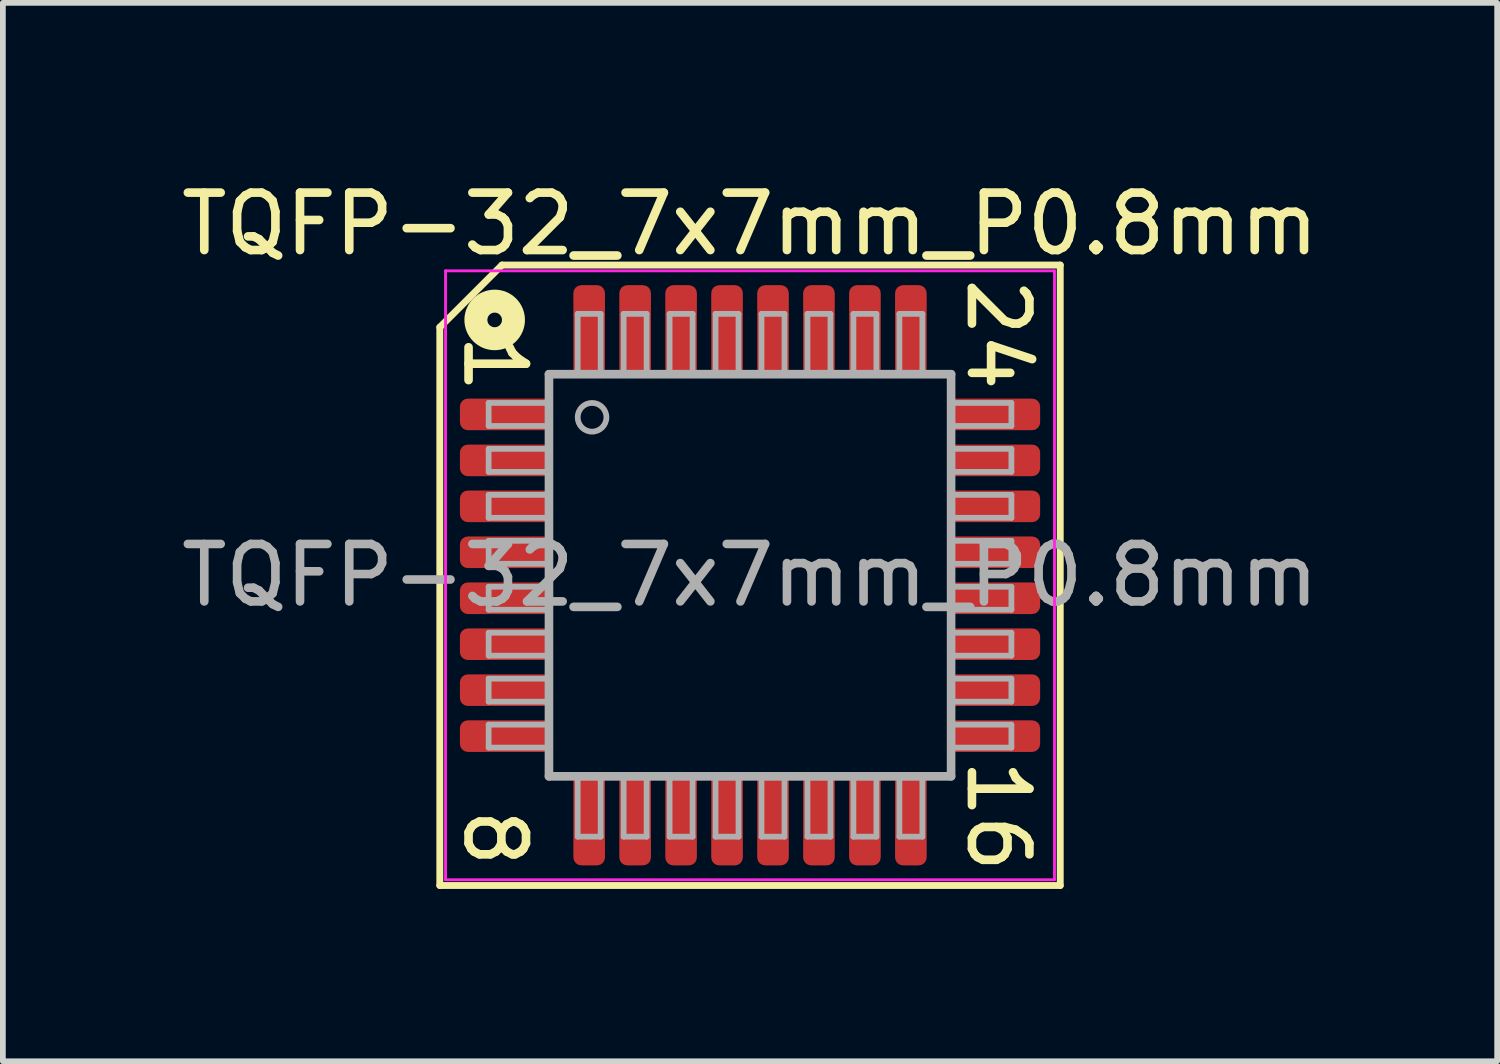
<source format=kicad_pcb>
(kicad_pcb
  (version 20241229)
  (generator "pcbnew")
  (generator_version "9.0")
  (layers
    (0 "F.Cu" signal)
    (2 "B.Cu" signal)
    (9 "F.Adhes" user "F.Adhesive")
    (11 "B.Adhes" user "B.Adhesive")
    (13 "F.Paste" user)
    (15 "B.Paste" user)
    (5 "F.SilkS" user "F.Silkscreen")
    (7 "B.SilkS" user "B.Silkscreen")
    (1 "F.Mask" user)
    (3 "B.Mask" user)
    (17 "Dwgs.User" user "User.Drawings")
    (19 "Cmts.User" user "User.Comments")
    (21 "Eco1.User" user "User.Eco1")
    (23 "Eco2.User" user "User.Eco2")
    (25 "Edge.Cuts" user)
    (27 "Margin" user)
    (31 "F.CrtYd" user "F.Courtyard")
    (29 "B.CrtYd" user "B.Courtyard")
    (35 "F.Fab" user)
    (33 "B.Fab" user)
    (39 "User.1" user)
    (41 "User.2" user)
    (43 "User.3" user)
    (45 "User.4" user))
  (footprint "TQFP-32_7x7mm_P0.8mm"
    (layer "F.Cu")
    (at 10.006 6.964)
    (property "Reference" "TQFP-32_7x7mm_P0.8mm" (at 0 -6.116 0) (layer "F.SilkS") (effects (font (size 1 1) (thickness 0.15))))
    (attr smd)
    (fp_line (start -5.4 -4.318) (end -5.4 5.4) (stroke (width 0.12) (type solid)) (layer "F.SilkS"))
    (fp_line (start -5.4 5.4) (end 5.4 5.4) (stroke (width 0.12) (type solid)) (layer "F.SilkS"))
    (fp_line (start -4.318 -5.4) (end -5.4 -4.318) (stroke (width 0.12) (type solid)) (layer "F.SilkS"))
    (fp_line (start 5.4 -5.4) (end -4.318 -5.4) (stroke (width 0.12) (type solid)) (layer "F.SilkS"))
    (fp_line (start 5.4 5.4) (end 5.4 -5.4) (stroke (width 0.12) (type solid)) (layer "F.SilkS"))
    (fp_circle (center -4.445 -4.445) (end -4.318 -4.445) (stroke (width 0.4) (type solid)) (fill no) (layer "F.SilkS"))
    (fp_line (start -5.3 -5.3) (end -5.3 5.3) (stroke (width 0.05) (type solid)) (layer "F.CrtYd"))
    (fp_line (start -5.3 -5.3) (end 5.3 -5.3) (stroke (width 0.05) (type solid)) (layer "F.CrtYd"))
    (fp_line (start -5.3 5.3) (end 5.3 5.3) (stroke (width 0.05) (type solid)) (layer "F.CrtYd"))
    (fp_line (start 5.3 -5.3) (end 5.3 5.3) (stroke (width 0.05) (type solid)) (layer "F.CrtYd"))
    (fp_line (start -4.55 -3) (end -4.55 -2.6) (stroke (width 0.1) (type solid)) (layer "F.Fab"))
    (fp_line (start -4.55 -3) (end -3.5 -3) (stroke (width 0.1) (type solid)) (layer "F.Fab"))
    (fp_line (start -4.55 -2.6) (end -3.5 -2.6) (stroke (width 0.1) (type solid)) (layer "F.Fab"))
    (fp_line (start -4.55 -2.2) (end -4.55 -1.8) (stroke (width 0.1) (type solid)) (layer "F.Fab"))
    (fp_line (start -4.55 -2.2) (end -3.5 -2.2) (stroke (width 0.1) (type solid)) (layer "F.Fab"))
    (fp_line (start -4.55 -1.8) (end -3.5 -1.8) (stroke (width 0.1) (type solid)) (layer "F.Fab"))
    (fp_line (start -4.55 -1.4) (end -4.55 -1) (stroke (width 0.1) (type solid)) (layer "F.Fab"))
    (fp_line (start -4.55 -1.4) (end -3.5 -1.4) (stroke (width 0.1) (type solid)) (layer "F.Fab"))
    (fp_line (start -4.55 -1) (end -3.5 -1) (stroke (width 0.1) (type solid)) (layer "F.Fab"))
    (fp_line (start -4.55 -0.6) (end -4.55 -0.2) (stroke (width 0.1) (type solid)) (layer "F.Fab"))
    (fp_line (start -4.55 -0.6) (end -3.5 -0.6) (stroke (width 0.1) (type solid)) (layer "F.Fab"))
    (fp_line (start -4.55 -0.2) (end -3.5 -0.2) (stroke (width 0.1) (type solid)) (layer "F.Fab"))
    (fp_line (start -4.55 0.2) (end -4.55 0.6) (stroke (width 0.1) (type solid)) (layer "F.Fab"))
    (fp_line (start -4.55 0.2) (end -3.5 0.2) (stroke (width 0.1) (type solid)) (layer "F.Fab"))
    (fp_line (start -4.55 0.6) (end -3.5 0.6) (stroke (width 0.1) (type solid)) (layer "F.Fab"))
    (fp_line (start -4.55 1) (end -4.55 1.4) (stroke (width 0.1) (type solid)) (layer "F.Fab"))
    (fp_line (start -4.55 1) (end -3.5 1) (stroke (width 0.1) (type solid)) (layer "F.Fab"))
    (fp_line (start -4.55 1.4) (end -3.5 1.4) (stroke (width 0.1) (type solid)) (layer "F.Fab"))
    (fp_line (start -4.55 1.8) (end -4.55 2.2) (stroke (width 0.1) (type solid)) (layer "F.Fab"))
    (fp_line (start -4.55 1.8) (end -3.5 1.8) (stroke (width 0.1) (type solid)) (layer "F.Fab"))
    (fp_line (start -4.55 2.2) (end -3.5 2.2) (stroke (width 0.1) (type solid)) (layer "F.Fab"))
    (fp_line (start -4.55 2.6) (end -4.55 3) (stroke (width 0.1) (type solid)) (layer "F.Fab"))
    (fp_line (start -4.55 2.6) (end -3.5 2.6) (stroke (width 0.1) (type solid)) (layer "F.Fab"))
    (fp_line (start -4.55 3) (end -3.5 3) (stroke (width 0.1) (type solid)) (layer "F.Fab"))
    (fp_line (start -3.5 -3.5) (end 3.5 -3.5) (stroke (width 0.15) (type solid)) (layer "F.Fab"))
    (fp_line (start -3.5 3.5) (end -3.5 -3.5) (stroke (width 0.15) (type solid)) (layer "F.Fab"))
    (fp_line (start -3 -4.55) (end -3 -3.5) (stroke (width 0.1) (type solid)) (layer "F.Fab"))
    (fp_line (start -3 4.55) (end -3 3.5) (stroke (width 0.1) (type solid)) (layer "F.Fab"))
    (fp_line (start -3 4.55) (end -2.6 4.55) (stroke (width 0.1) (type solid)) (layer "F.Fab"))
    (fp_line (start -2.6 -4.55) (end -3 -4.55) (stroke (width 0.1) (type solid)) (layer "F.Fab"))
    (fp_line (start -2.6 -4.55) (end -2.6 -3.5) (stroke (width 0.1) (type solid)) (layer "F.Fab"))
    (fp_line (start -2.6 4.55) (end -2.6 3.5) (stroke (width 0.1) (type solid)) (layer "F.Fab"))
    (fp_line (start -2.2 -4.55) (end -2.2 -3.5) (stroke (width 0.1) (type solid)) (layer "F.Fab"))
    (fp_line (start -2.2 4.55) (end -2.2 3.5) (stroke (width 0.1) (type solid)) (layer "F.Fab"))
    (fp_line (start -2.2 4.55) (end -1.8 4.55) (stroke (width 0.1) (type solid)) (layer "F.Fab"))
    (fp_line (start -1.8 -4.55) (end -2.2 -4.55) (stroke (width 0.1) (type solid)) (layer "F.Fab"))
    (fp_line (start -1.8 -4.55) (end -1.8 -3.5) (stroke (width 0.1) (type solid)) (layer "F.Fab"))
    (fp_line (start -1.8 4.55) (end -1.8 3.5) (stroke (width 0.1) (type solid)) (layer "F.Fab"))
    (fp_line (start -1.4 -4.55) (end -1.4 -3.5) (stroke (width 0.1) (type solid)) (layer "F.Fab"))
    (fp_line (start -1.4 4.55) (end -1.4 3.5) (stroke (width 0.1) (type solid)) (layer "F.Fab"))
    (fp_line (start -1.4 4.55) (end -1 4.55) (stroke (width 0.1) (type solid)) (layer "F.Fab"))
    (fp_line (start -1 -4.55) (end -1.4 -4.55) (stroke (width 0.1) (type solid)) (layer "F.Fab"))
    (fp_line (start -1 -4.55) (end -1 -3.5) (stroke (width 0.1) (type solid)) (layer "F.Fab"))
    (fp_line (start -1 4.55) (end -1 3.5) (stroke (width 0.1) (type solid)) (layer "F.Fab"))
    (fp_line (start -0.6 -4.55) (end -0.6 -3.5) (stroke (width 0.1) (type solid)) (layer "F.Fab"))
    (fp_line (start -0.6 4.55) (end -0.6 3.5) (stroke (width 0.1) (type solid)) (layer "F.Fab"))
    (fp_line (start -0.6 4.55) (end -0.2 4.55) (stroke (width 0.1) (type solid)) (layer "F.Fab"))
    (fp_line (start -0.2 -4.55) (end -0.6 -4.55) (stroke (width 0.1) (type solid)) (layer "F.Fab"))
    (fp_line (start -0.2 -4.55) (end -0.2 -3.5) (stroke (width 0.1) (type solid)) (layer "F.Fab"))
    (fp_line (start -0.2 4.55) (end -0.2 3.5) (stroke (width 0.1) (type solid)) (layer "F.Fab"))
    (fp_line (start 0.2 -4.55) (end 0.2 -3.5) (stroke (width 0.1) (type solid)) (layer "F.Fab"))
    (fp_line (start 0.2 4.55) (end 0.2 3.5) (stroke (width 0.1) (type solid)) (layer "F.Fab"))
    (fp_line (start 0.2 4.55) (end 0.6 4.55) (stroke (width 0.1) (type solid)) (layer "F.Fab"))
    (fp_line (start 0.6 -4.55) (end 0.2 -4.55) (stroke (width 0.1) (type solid)) (layer "F.Fab"))
    (fp_line (start 0.6 -4.55) (end 0.6 -3.5) (stroke (width 0.1) (type solid)) (layer "F.Fab"))
    (fp_line (start 0.6 4.55) (end 0.6 3.5) (stroke (width 0.1) (type solid)) (layer "F.Fab"))
    (fp_line (start 1 -4.55) (end 1 -3.5) (stroke (width 0.1) (type solid)) (layer "F.Fab"))
    (fp_line (start 1 4.55) (end 1 3.5) (stroke (width 0.1) (type solid)) (layer "F.Fab"))
    (fp_line (start 1 4.55) (end 1.4 4.55) (stroke (width 0.1) (type solid)) (layer "F.Fab"))
    (fp_line (start 1.4 -4.55) (end 1 -4.55) (stroke (width 0.1) (type solid)) (layer "F.Fab"))
    (fp_line (start 1.4 -4.55) (end 1.4 -3.5) (stroke (width 0.1) (type solid)) (layer "F.Fab"))
    (fp_line (start 1.4 4.55) (end 1.4 3.5) (stroke (width 0.1) (type solid)) (layer "F.Fab"))
    (fp_line (start 1.8 -4.55) (end 1.8 -3.5) (stroke (width 0.1) (type solid)) (layer "F.Fab"))
    (fp_line (start 1.8 4.55) (end 1.8 3.5) (stroke (width 0.1) (type solid)) (layer "F.Fab"))
    (fp_line (start 1.8 4.55) (end 2.2 4.55) (stroke (width 0.1) (type solid)) (layer "F.Fab"))
    (fp_line (start 2.2 -4.55) (end 1.8 -4.55) (stroke (width 0.1) (type solid)) (layer "F.Fab"))
    (fp_line (start 2.2 -4.55) (end 2.2 -3.5) (stroke (width 0.1) (type solid)) (layer "F.Fab"))
    (fp_line (start 2.2 4.55) (end 2.2 3.5) (stroke (width 0.1) (type solid)) (layer "F.Fab"))
    (fp_line (start 2.6 -4.55) (end 2.6 -3.5) (stroke (width 0.1) (type solid)) (layer "F.Fab"))
    (fp_line (start 2.6 4.55) (end 2.6 3.5) (stroke (width 0.1) (type solid)) (layer "F.Fab"))
    (fp_line (start 2.6 4.55) (end 3 4.55) (stroke (width 0.1) (type solid)) (layer "F.Fab"))
    (fp_line (start 3 -4.55) (end 2.6 -4.55) (stroke (width 0.1) (type solid)) (layer "F.Fab"))
    (fp_line (start 3 -4.55) (end 3 -3.5) (stroke (width 0.1) (type solid)) (layer "F.Fab"))
    (fp_line (start 3 4.55) (end 3 3.5) (stroke (width 0.1) (type solid)) (layer "F.Fab"))
    (fp_line (start 3.5 -3.5) (end 3.5 3.5) (stroke (width 0.15) (type solid)) (layer "F.Fab"))
    (fp_line (start 3.5 3.5) (end -3.5 3.5) (stroke (width 0.15) (type solid)) (layer "F.Fab"))
    (fp_line (start 4.55 -3) (end 3.5 -3) (stroke (width 0.1) (type solid)) (layer "F.Fab"))
    (fp_line (start 4.55 -2.6) (end 3.5 -2.6) (stroke (width 0.1) (type solid)) (layer "F.Fab"))
    (fp_line (start 4.55 -2.6) (end 4.55 -3) (stroke (width 0.1) (type solid)) (layer "F.Fab"))
    (fp_line (start 4.55 -2.2) (end 3.5 -2.2) (stroke (width 0.1) (type solid)) (layer "F.Fab"))
    (fp_line (start 4.55 -1.8) (end 3.5 -1.8) (stroke (width 0.1) (type solid)) (layer "F.Fab"))
    (fp_line (start 4.55 -1.8) (end 4.55 -2.2) (stroke (width 0.1) (type solid)) (layer "F.Fab"))
    (fp_line (start 4.55 -1.4) (end 3.5 -1.4) (stroke (width 0.1) (type solid)) (layer "F.Fab"))
    (fp_line (start 4.55 -1) (end 3.5 -1) (stroke (width 0.1) (type solid)) (layer "F.Fab"))
    (fp_line (start 4.55 -1) (end 4.55 -1.4) (stroke (width 0.1) (type solid)) (layer "F.Fab"))
    (fp_line (start 4.55 -0.6) (end 3.5 -0.6) (stroke (width 0.1) (type solid)) (layer "F.Fab"))
    (fp_line (start 4.55 -0.2) (end 3.5 -0.2) (stroke (width 0.1) (type solid)) (layer "F.Fab"))
    (fp_line (start 4.55 -0.2) (end 4.55 -0.6) (stroke (width 0.1) (type solid)) (layer "F.Fab"))
    (fp_line (start 4.55 0.2) (end 3.5 0.2) (stroke (width 0.1) (type solid)) (layer "F.Fab"))
    (fp_line (start 4.55 0.6) (end 3.5 0.6) (stroke (width 0.1) (type solid)) (layer "F.Fab"))
    (fp_line (start 4.55 0.6) (end 4.55 0.2) (stroke (width 0.1) (type solid)) (layer "F.Fab"))
    (fp_line (start 4.55 1) (end 3.5 1) (stroke (width 0.1) (type solid)) (layer "F.Fab"))
    (fp_line (start 4.55 1.4) (end 3.5 1.4) (stroke (width 0.1) (type solid)) (layer "F.Fab"))
    (fp_line (start 4.55 1.4) (end 4.55 1) (stroke (width 0.1) (type solid)) (layer "F.Fab"))
    (fp_line (start 4.55 1.8) (end 3.5 1.8) (stroke (width 0.1) (type solid)) (layer "F.Fab"))
    (fp_line (start 4.55 2.2) (end 3.5 2.2) (stroke (width 0.1) (type solid)) (layer "F.Fab"))
    (fp_line (start 4.55 2.2) (end 4.55 1.8) (stroke (width 0.1) (type solid)) (layer "F.Fab"))
    (fp_line (start 4.55 2.6) (end 3.5 2.6) (stroke (width 0.1) (type solid)) (layer "F.Fab"))
    (fp_line (start 4.55 3) (end 3.5 3) (stroke (width 0.1) (type solid)) (layer "F.Fab"))
    (fp_line (start 4.55 3) (end 4.55 2.6) (stroke (width 0.1) (type solid)) (layer "F.Fab"))
    (fp_circle (center -2.75 -2.75) (end -2.5 -2.75) (stroke (width 0.1) (type solid)) (fill no) (layer "F.Fab"))
    (fp_text user "1" (at -4.445 -3.683 270) (unlocked yes) (layer "F.SilkS") (effects (font (size 1 1) (thickness 0.15))))
    (fp_text user "24" (at 4.318 -4.191 270) (unlocked yes) (layer "F.SilkS") (effects (font (size 1 1) (thickness 0.15))))
    (fp_text user "8" (at -4.445 4.572 270) (unlocked yes) (layer "F.SilkS") (effects (font (size 1 1) (thickness 0.15))))
    (fp_text user "16" (at 4.318 4.191 270) (unlocked yes) (layer "F.SilkS") (effects (font (size 1 1) (thickness 0.15))))
    (fp_text user "${REFERENCE}" (at 0 0 0) (layer "F.Fab") (effects (font (size 1 1) (thickness 0.15))))
    (pad "1" smd roundrect (at -4.25 -2.8) (size 1.6 0.55) (layers "F.Cu" "F.Mask" "F.Paste") (roundrect_rratio 0.25))
    (pad "2" smd roundrect (at -4.25 -2) (size 1.6 0.55) (layers "F.Cu" "F.Mask" "F.Paste") (roundrect_rratio 0.25))
    (pad "3" smd roundrect (at -4.25 -1.2) (size 1.6 0.55) (layers "F.Cu" "F.Mask" "F.Paste") (roundrect_rratio 0.25))
    (pad "4" smd roundrect (at -4.25 -0.4) (size 1.6 0.55) (layers "F.Cu" "F.Mask" "F.Paste") (roundrect_rratio 0.25))
    (pad "5" smd roundrect (at -4.25 0.4) (size 1.6 0.55) (layers "F.Cu" "F.Mask" "F.Paste") (roundrect_rratio 0.25))
    (pad "6" smd roundrect (at -4.25 1.2) (size 1.6 0.55) (layers "F.Cu" "F.Mask" "F.Paste") (roundrect_rratio 0.25))
    (pad "7" smd roundrect (at -4.25 2) (size 1.6 0.55) (layers "F.Cu" "F.Mask" "F.Paste") (roundrect_rratio 0.25))
    (pad "8" smd roundrect (at -4.25 2.8) (size 1.6 0.55) (layers "F.Cu" "F.Mask" "F.Paste") (roundrect_rratio 0.25))
    (pad "9" smd roundrect (at -2.8 4.25 90) (size 1.6 0.55) (layers "F.Cu" "F.Mask" "F.Paste") (roundrect_rratio 0.25))
    (pad "10" smd roundrect (at -2 4.25 90) (size 1.6 0.55) (layers "F.Cu" "F.Mask" "F.Paste") (roundrect_rratio 0.25))
    (pad "11" smd roundrect (at -1.2 4.25 90) (size 1.6 0.55) (layers "F.Cu" "F.Mask" "F.Paste") (roundrect_rratio 0.25))
    (pad "12" smd roundrect (at -0.4 4.25 90) (size 1.6 0.55) (layers "F.Cu" "F.Mask" "F.Paste") (roundrect_rratio 0.25))
    (pad "13" smd roundrect (at 0.4 4.25 90) (size 1.6 0.55) (layers "F.Cu" "F.Mask" "F.Paste") (roundrect_rratio 0.25))
    (pad "14" smd roundrect (at 1.2 4.25 90) (size 1.6 0.55) (layers "F.Cu" "F.Mask" "F.Paste") (roundrect_rratio 0.25))
    (pad "15" smd roundrect (at 2 4.25 90) (size 1.6 0.55) (layers "F.Cu" "F.Mask" "F.Paste") (roundrect_rratio 0.25))
    (pad "16" smd roundrect (at 2.8 4.25 90) (size 1.6 0.55) (layers "F.Cu" "F.Mask" "F.Paste") (roundrect_rratio 0.25))
    (pad "17" smd roundrect (at 4.25 2.8) (size 1.6 0.55) (layers "F.Cu" "F.Mask" "F.Paste") (roundrect_rratio 0.25))
    (pad "18" smd roundrect (at 4.25 2) (size 1.6 0.55) (layers "F.Cu" "F.Mask" "F.Paste") (roundrect_rratio 0.25))
    (pad "19" smd roundrect (at 4.25 1.2) (size 1.6 0.55) (layers "F.Cu" "F.Mask" "F.Paste") (roundrect_rratio 0.25))
    (pad "20" smd roundrect (at 4.25 0.4) (size 1.6 0.55) (layers "F.Cu" "F.Mask" "F.Paste") (roundrect_rratio 0.25))
    (pad "21" smd roundrect (at 4.25 -0.4) (size 1.6 0.55) (layers "F.Cu" "F.Mask" "F.Paste") (roundrect_rratio 0.25))
    (pad "22" smd roundrect (at 4.25 -1.2) (size 1.6 0.55) (layers "F.Cu" "F.Mask" "F.Paste") (roundrect_rratio 0.25))
    (pad "23" smd roundrect (at 4.25 -2) (size 1.6 0.55) (layers "F.Cu" "F.Mask" "F.Paste") (roundrect_rratio 0.25))
    (pad "24" smd roundrect (at 4.25 -2.8) (size 1.6 0.55) (layers "F.Cu" "F.Mask" "F.Paste") (roundrect_rratio 0.25))
    (pad "25" smd roundrect (at 2.8 -4.25 90) (size 1.6 0.55) (layers "F.Cu" "F.Mask" "F.Paste") (roundrect_rratio 0.25))
    (pad "26" smd roundrect (at 2 -4.25 90) (size 1.6 0.55) (layers "F.Cu" "F.Mask" "F.Paste") (roundrect_rratio 0.25))
    (pad "27" smd roundrect (at 1.2 -4.25 90) (size 1.6 0.55) (layers "F.Cu" "F.Mask" "F.Paste") (roundrect_rratio 0.25))
    (pad "28" smd roundrect (at 0.4 -4.25 90) (size 1.6 0.55) (layers "F.Cu" "F.Mask" "F.Paste") (roundrect_rratio 0.25))
    (pad "29" smd roundrect (at -0.4 -4.25 90) (size 1.6 0.55) (layers "F.Cu" "F.Mask" "F.Paste") (roundrect_rratio 0.25))
    (pad "30" smd roundrect (at -1.2 -4.25 90) (size 1.6 0.55) (layers "F.Cu" "F.Mask" "F.Paste") (roundrect_rratio 0.25))
    (pad "31" smd roundrect (at -2 -4.25 90) (size 1.6 0.55) (layers "F.Cu" "F.Mask" "F.Paste") (roundrect_rratio 0.25))
    (pad "32" smd roundrect (at -2.8 -4.25 90) (size 1.6 0.55) (layers "F.Cu" "F.Mask" "F.Paste") (roundrect_rratio 0.25)))
  (gr_rect
    (start -3 -3)
    (end 23.012 15.424)
    (stroke (width 0.1) (type default))
    (fill no)
    (layer "Edge.Cuts")))
</source>
